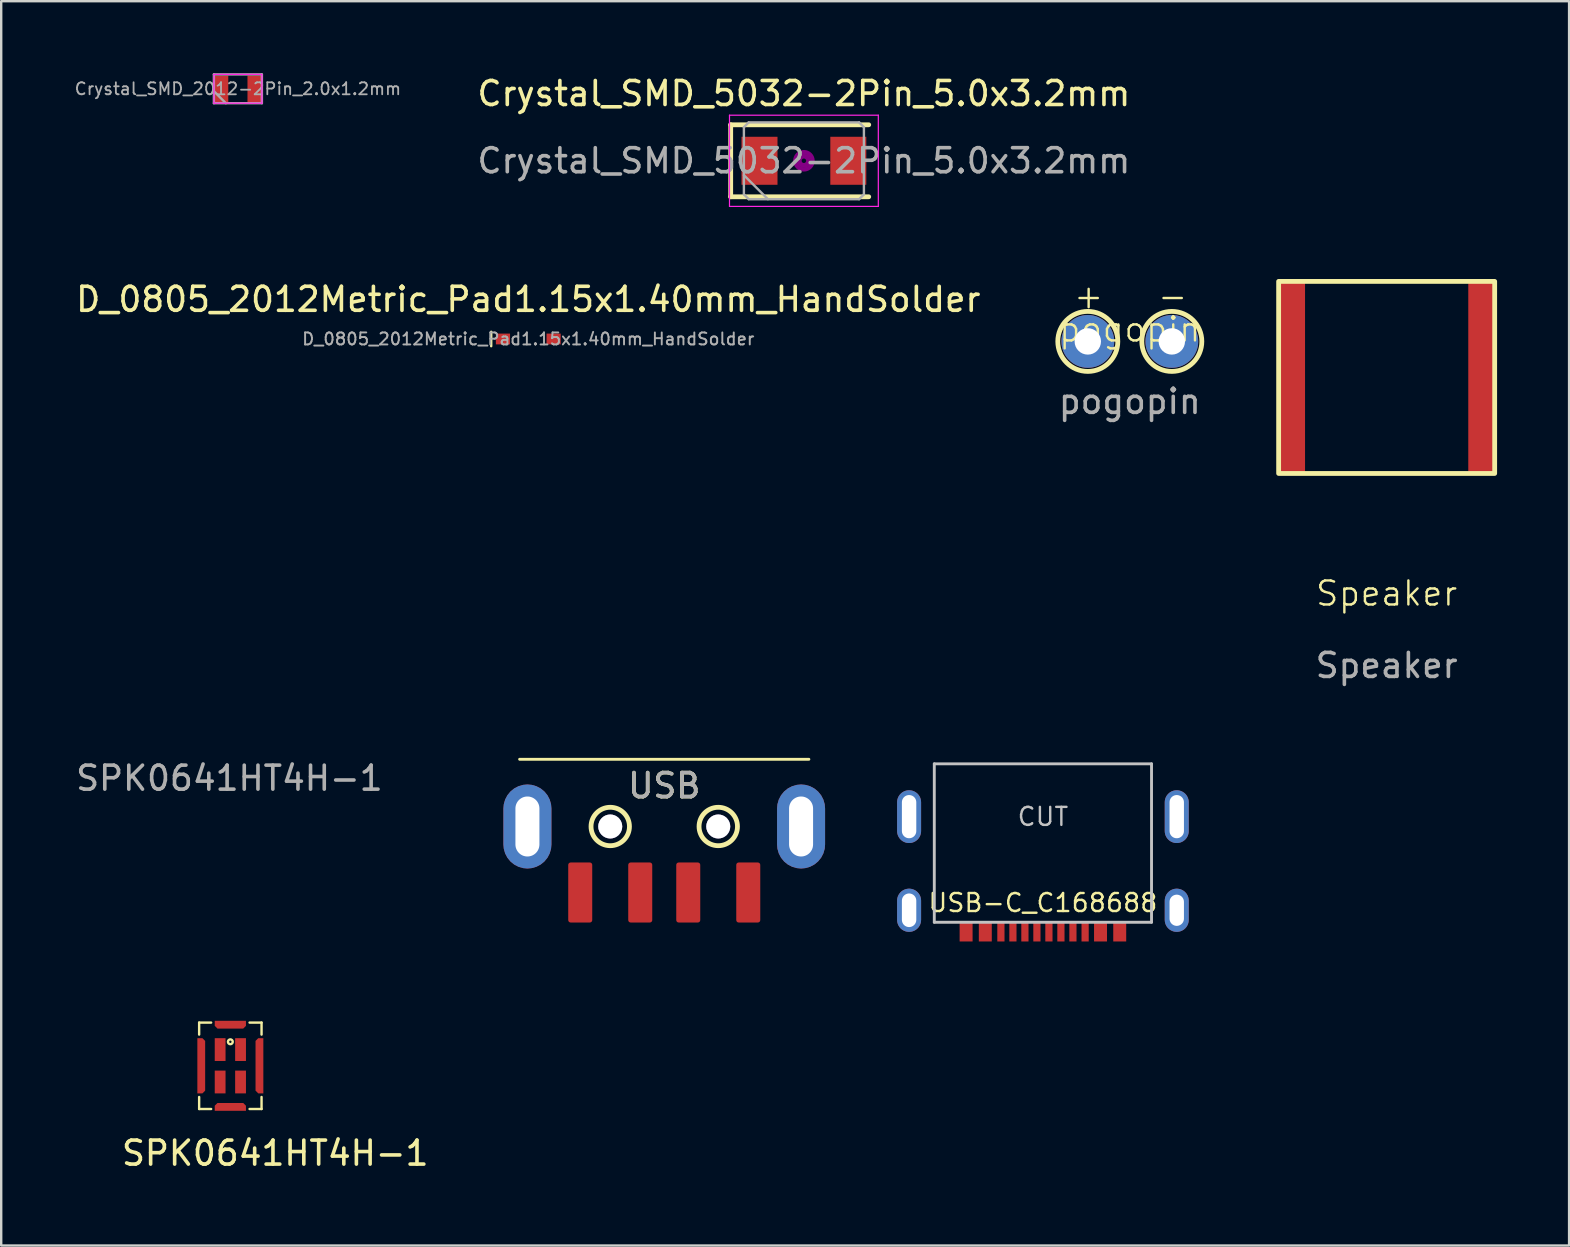
<source format=kicad_pcb>
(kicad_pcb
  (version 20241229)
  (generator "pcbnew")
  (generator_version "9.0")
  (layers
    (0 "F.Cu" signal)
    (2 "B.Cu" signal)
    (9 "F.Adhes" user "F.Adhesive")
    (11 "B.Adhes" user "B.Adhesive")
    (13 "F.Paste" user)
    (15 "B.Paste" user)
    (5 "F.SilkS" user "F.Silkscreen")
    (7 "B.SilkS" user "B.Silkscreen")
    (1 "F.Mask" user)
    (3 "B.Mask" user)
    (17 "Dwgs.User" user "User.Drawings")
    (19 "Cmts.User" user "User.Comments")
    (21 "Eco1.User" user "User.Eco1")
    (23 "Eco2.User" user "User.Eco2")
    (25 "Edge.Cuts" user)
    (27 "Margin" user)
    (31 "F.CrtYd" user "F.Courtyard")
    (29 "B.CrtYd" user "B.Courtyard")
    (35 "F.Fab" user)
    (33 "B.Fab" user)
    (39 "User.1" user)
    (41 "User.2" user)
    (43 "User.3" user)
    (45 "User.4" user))
  (footprint "USB-C_C168688"
    (layer "F.Cu")
    (at 40.397 28.771)
    (property "Reference" "USB-C_C168688" (at 0 5.789 0) (layer "F.SilkS") (effects (font (size 0.75 0.75) (thickness 0.1))))
    (attr smd)
    (fp_line (start -4.525 0) (end -4.525 6.6) (stroke (width 0.12) (type solid)) (layer "Dwgs.User"))
    (fp_line (start -4.525 0) (end 4.525 0) (stroke (width 0.12) (type solid)) (layer "Dwgs.User"))
    (fp_line (start -4.525 6.6) (end 4.525 6.6) (stroke (width 0.12) (type solid)) (layer "Dwgs.User"))
    (fp_line (start 4.525 0) (end 4.525 6.6) (stroke (width 0.12) (type solid)) (layer "Dwgs.User"))
    (fp_text user "CUT" (at 0 2.2 0) (layer "Dwgs.User") (effects (font (size 0.75 0.75) (thickness 0.1))))
    (pad "A1" smd rect (at -3.2 7) (size 0.54 0.8) (layers "F.Cu" "F.Mask" "F.Paste"))
    (pad "A1" smd rect (at 3.2 7) (size 0.54 0.8) (layers "F.Cu" "F.Mask" "F.Paste"))
    (pad "A4" smd rect (at -2.4 7) (size 0.54 0.8) (layers "F.Cu" "F.Mask" "F.Paste"))
    (pad "A4" smd rect (at 2.4 7) (size 0.54 0.8) (layers "F.Cu" "F.Mask" "F.Paste"))
    (pad "A5" smd rect (at 1.25 7) (size 0.3 0.8) (layers "F.Cu" "F.Mask" "F.Paste"))
    (pad "A6" smd rect (at 0.25 7) (size 0.3 0.8) (layers "F.Cu" "F.Mask" "F.Paste"))
    (pad "A7" smd rect (at -0.25 7) (size 0.3 0.8) (layers "F.Cu" "F.Mask" "F.Paste"))
    (pad "A8" smd rect (at -1.25 7) (size 0.3 0.8) (layers "F.Cu" "F.Mask" "F.Paste"))
    (pad "B5" smd rect (at -1.75 7) (size 0.3 0.8) (layers "F.Cu" "F.Mask" "F.Paste"))
    (pad "B6" smd rect (at -0.75 7) (size 0.3 0.8) (layers "F.Cu" "F.Mask" "F.Paste"))
    (pad "B7" smd rect (at 0.75 7) (size 0.3 0.8) (layers "F.Cu" "F.Mask" "F.Paste"))
    (pad "B8" smd rect (at 1.758 7) (size 0.3 0.8) (layers "F.Cu" "F.Mask" "F.Paste"))
    (pad "S1" thru_hole oval (at -5.575 2.2) (size 1 2.2) (drill oval 0.6 1.8) (layers "*.Cu" "*.Mask"))
    (pad "S2" thru_hole oval (at 5.575 2.2) (size 1 2.2) (drill oval 0.6 1.8) (layers "*.Cu" "*.Mask"))
    (pad "S3" thru_hole oval (at -5.575 6.1) (size 1 1.8) (drill oval 0.6 1.4) (layers "*.Cu" "*.Mask"))
    (pad "S4" thru_hole oval (at 5.575 6.1) (size 1 1.8) (drill oval 0.6 1.3) (layers "*.Cu" "*.Mask")))
  (footprint "SPK0641HT4H-1"
    (layer "F.Cu")
    (at 6.546 41.35)
    (property "Reference" "SPK0641HT4H-1" (at 1.87 3.64 0) (unlocked yes) (layer "F.SilkS") (effects (font (size 1 1) (thickness 0.15))))
    (attr smd)
    (fp_line (start -1.3 -1.8) (end -1.3 -1.3) (stroke (width 0.1) (type default)) (layer "F.SilkS"))
    (fp_line (start -1.3 1.8) (end -1.3 1.3) (stroke (width 0.1) (type default)) (layer "F.SilkS"))
    (fp_line (start -0.8 -1.8) (end -1.3 -1.8) (stroke (width 0.1) (type default)) (layer "F.SilkS"))
    (fp_line (start -0.8 1.8) (end -1.3 1.8) (stroke (width 0.1) (type default)) (layer "F.SilkS"))
    (fp_line (start 0.8 -1.8) (end 1.3 -1.8) (stroke (width 0.1) (type default)) (layer "F.SilkS"))
    (fp_line (start 0.8 1.8) (end 1.3 1.8) (stroke (width 0.1) (type default)) (layer "F.SilkS"))
    (fp_line (start 1.3 -1.8) (end 1.3 -1.3) (stroke (width 0.1) (type default)) (layer "F.SilkS"))
    (fp_line (start 1.3 1.8) (end 1.3 1.3) (stroke (width 0.1) (type default)) (layer "F.SilkS"))
    (fp_circle (center 0 -1) (end 0.1 -1) (stroke (width 0.1) (type default)) (fill no) (layer "F.SilkS"))
    (fp_text user "${REFERENCE}" (at -0.04 -11.98 0) (unlocked yes) (layer "F.Fab") (effects (font (size 1 1) (thickness 0.15))))
    (pad "1" smd rect (at -0.425 0.675 180) (size 0.45 0.95) (layers "F.Cu" "F.Mask" "F.Paste"))
    (pad "2" smd rect (at -0.425 -0.675 180) (size 0.45 0.95) (layers "F.Cu" "F.Mask" "F.Paste"))
    (pad "3" smd rect (at 0.425 -0.675 180) (size 0.45 0.95) (layers "F.Cu" "F.Mask" "F.Paste"))
    (pad "4" smd rect (at 0.425 0.675 180) (size 0.45 0.95) (layers "F.Cu" "F.Mask" "F.Paste"))
    (pad "5" smd roundrect (at 0 1.712 270) (size 0.325 1.3) (layers "F.Cu" "F.Mask" "F.Paste") (roundrect_rratio 0) (chamfer_ratio 0.35) (chamfer top_left bottom_left))
    (pad "6" smd roundrect (at -1.212 0 180) (size 0.325 2.3) (layers "F.Cu" "F.Mask" "F.Paste") (roundrect_rratio 0) (chamfer_ratio 0.35) (chamfer top_left bottom_left))
    (pad "7" smd roundrect (at 0 -1.712 90) (size 0.325 1.3) (layers "F.Cu" "F.Mask" "F.Paste") (roundrect_rratio 0) (chamfer_ratio 0.35) (chamfer top_left bottom_left))
    (pad "8" smd roundrect (at 1.212 0) (size 0.325 2.3) (layers "F.Cu" "F.Mask" "F.Paste") (roundrect_rratio 0) (chamfer_ratio 0.35) (chamfer top_left bottom_left)))
  (footprint "USB"
    (layer "F.Cu")
    (at 24.622 31.381)
    (property "Reference" "USB" (at 0 -1.7 0) (unlocked yes) (layer "F.SilkS") (effects (font (size 1 1) (thickness 0.15))))
    (attr smd)
    (fp_line (start -6.025 -2.8) (end 6.025 -2.8) (stroke (width 0.12) (type solid)) (layer "F.SilkS"))
    (fp_circle (center -2.25 0) (end -1.45 0) (stroke (width 0.2) (type solid)) (fill no) (layer "F.SilkS"))
    (fp_circle (center 2.25 0) (end 3.05 0) (stroke (width 0.2) (type solid)) (fill no) (layer "F.SilkS"))
    (fp_text user "${REFERENCE}" (at 0 -1.7 0) (unlocked yes) (layer "F.Fab") (effects (font (size 1 1) (thickness 0.15))))
    (pad "" np_thru_hole roundrect (at -2.25 0 270) (size 1 1) (drill oval 1) (layers "*.Cu" "*.Mask") (roundrect_rratio 0.5))
    (pad "" np_thru_hole roundrect (at 2.25 0 270) (size 1 1) (drill oval 1) (layers "*.Cu" "*.Mask") (roundrect_rratio 0.5))
    (pad "1" smd roundrect (at 3.5 2.75 270) (size 2.5 1) (layers "F.Cu" "F.Mask" "F.Paste") (roundrect_rratio 0.1))
    (pad "2" smd roundrect (at 1 2.75 270) (size 2.5 1) (layers "F.Cu" "F.Mask" "F.Paste") (roundrect_rratio 0.1))
    (pad "3" smd roundrect (at -1 2.75 270) (size 2.5 1) (layers "F.Cu" "F.Mask" "F.Paste") (roundrect_rratio 0.1))
    (pad "4" smd roundrect (at -3.5 2.75 270) (size 2.5 1) (layers "F.Cu" "F.Mask" "F.Paste") (roundrect_rratio 0.1))
    (pad "5" thru_hole roundrect (at -5.7 0 270) (size 3.5 2) (drill oval 2.5 1) (layers "*.Cu" "*.Mask") (roundrect_rratio 0.5))
    (pad "5" thru_hole roundrect (at 5.7 0 270) (size 3.5 2) (drill oval 2.5 1) (layers "*.Cu" "*.Mask") (roundrect_rratio 0.5)))
  (footprint "Speaker"
    (layer "F.Cu")
    (at 54.717 12.673)
    (property "Reference" "Speaker" (at 0 9 0) (unlocked yes) (layer "F.SilkS") (effects (font (size 1 1) (thickness 0.1))))
    (attr smd)
    (fp_rect (start -4.5 -4) (end 4.5 4) (stroke (width 0.2) (type default)) (fill no) (layer "F.SilkS"))
    (fp_text user "${REFERENCE}" (at 0 12 0) (unlocked yes) (layer "F.Fab") (effects (font (size 1 1) (thickness 0.15))))
    (pad "1" smd roundrect (at 3.95 0) (size 1.1 8) (layers "F.Cu" "F.Mask" "F.Paste") (roundrect_rratio 0.1))
    (pad "2" smd roundrect (at -3.95 0) (size 1.1 8) (layers "F.Cu" "F.Mask" "F.Paste") (roundrect_rratio 0.1)))
  (footprint "Crystal_SMD_2012-2Pin_2.0x1.2mm"
    (layer "F.Cu")
    (at 6.86 0.65)
    (property "Reference" "Crystal_SMD_2012-2Pin_2.0x1.2mm" (at 0 0 180) (layer "Eco2.User") (effects (font (size 0.3 0.3) (thickness 0.05))))
    (attr smd)
    (fp_line (start -1 -0.6) (end -1 0.6) (stroke (width 0.05) (type solid)) (layer "F.CrtYd"))
    (fp_line (start 1 -0.6) (end -1 -0.6) (stroke (width 0.05) (type solid)) (layer "F.CrtYd"))
    (fp_line (start 1 -0.6) (end 1 0.6) (stroke (width 0.05) (type solid)) (layer "F.CrtYd"))
    (fp_line (start 1 0.6) (end -1 0.6) (stroke (width 0.05) (type solid)) (layer "F.CrtYd"))
    (fp_line (start -1 -0.6) (end -1 0.6) (stroke (width 0.1) (type solid)) (layer "F.Fab"))
    (fp_line (start -1 0.1) (end -0.5 0.6) (stroke (width 0.1) (type solid)) (layer "F.Fab"))
    (fp_line (start -1 0.6) (end 1 0.6) (stroke (width 0.1) (type solid)) (layer "F.Fab"))
    (fp_line (start 1 -0.6) (end -1 -0.6) (stroke (width 0.1) (type solid)) (layer "F.Fab"))
    (fp_line (start 1 0.6) (end 1 -0.6) (stroke (width 0.1) (type solid)) (layer "F.Fab"))
    (fp_text user "${REFERENCE}" (at 0 0 180) (layer "F.Fab") (effects (font (size 0.5 0.5) (thickness 0.075))))
    (pad "1" smd rect (at -0.7 0) (size 0.6 1.1) (layers "F.Cu" "F.Mask" "F.Paste"))
    (pad "2" smd rect (at 0.7 0) (size 0.6 1.1) (layers "F.Cu" "F.Mask" "F.Paste")))
  (footprint "D_0805_2012Metric_Pad1.15x1.40mm_HandSolder"
    (layer "F.Cu")
    (at 18.958 11.072)
    (property "Reference" "D_0805_2012Metric_Pad1.15x1.40mm_HandSolder" (at 0 -1.65 0) (layer "F.SilkS") (effects (font (size 1 1) (thickness 0.15))))
    (attr smd)
    (fp_line (start -1.545 -0.3) (end -1.545 0.3) (stroke (width 0.1) (type default)) (layer "F.SilkS"))
    (fp_text user "${REFERENCE}" (at 0 0 0) (layer "F.Fab") (effects (font (size 0.5 0.5) (thickness 0.08))))
    (pad "1" smd rect (at -1.055 0) (size 0.59 0.45) (layers "F.Cu" "F.Mask" "F.Paste"))
    (pad "2" smd rect (at 1.055 0) (size 0.59 0.45) (layers "F.Cu" "F.Mask" "F.Paste")))
  (footprint "pogopin"
    (layer "F.Cu")
    (at 44.017 11.173)
    (property "Reference" "pogopin" (at 0 -0.5 0) (unlocked yes) (layer "F.SilkS") (effects (font (size 1 1) (thickness 0.1))))
    (attr smd)
    (fp_circle (center -1.75 0) (end -0.5 0) (stroke (width 0.2) (type default)) (fill no) (layer "F.SilkS"))
    (fp_circle (center 1.75 0) (end 3 0) (stroke (width 0.2) (type default)) (fill no) (layer "F.SilkS"))
    (fp_text user "-" (at 1.1 -1.3 0) (unlocked yes) (layer "F.SilkS") (effects (font (size 1 1) (thickness 0.1)) (justify left bottom)))
    (fp_text user "+" (at -2.4 -1.3 0) (unlocked yes) (layer "F.SilkS") (effects (font (size 1 1) (thickness 0.1)) (justify left bottom)))
    (fp_text user "${REFERENCE}" (at 0 2.5 0) (unlocked yes) (layer "F.Fab") (effects (font (size 1 1) (thickness 0.15))))
    (pad "1" thru_hole circle (at -1.75 0) (size 2.2 2.2) (drill 1.1) (layers "*.Cu" "*.Mask"))
    (pad "2" thru_hole circle (at 1.75 0) (size 2.2 2.2) (drill 1.1) (layers "*.Cu" "*.Mask")))
  (footprint "Crystal_SMD_5032-2Pin_5.0x3.2mm"
    (layer "F.Cu")
    (at 30.44 3.648)
    (property "Reference" "Crystal_SMD_5032-2Pin_5.0x3.2mm" (at 0 -2.8 0) (layer "F.SilkS") (effects (font (size 1 1) (thickness 0.15))))
    (attr smd)
    (fp_line (start -3.05 -1.5) (end -3.05 1.5) (stroke (width 0.2) (type solid)) (layer "F.SilkS"))
    (fp_line (start -3.05 1.5) (end 2.7 1.5) (stroke (width 0.2) (type solid)) (layer "F.SilkS"))
    (fp_line (start 2.7 -1.5) (end -3.05 -1.5) (stroke (width 0.2) (type solid)) (layer "F.SilkS"))
    (fp_circle (center 0 0) (end 0.093 0) (stroke (width 0.187) (type solid)) (fill no) (layer "F.Adhes"))
    (fp_circle (center 0 0) (end 0.213 0) (stroke (width 0.133) (type solid)) (fill no) (layer "F.Adhes"))
    (fp_circle (center 0 0) (end 0.333 0) (stroke (width 0.133) (type solid)) (fill no) (layer "F.Adhes"))
    (fp_circle (center 0 0) (end 0.4 0) (stroke (width 0.1) (type solid)) (fill no) (layer "F.Adhes"))
    (fp_line (start -3.1 -1.9) (end -3.1 1.9) (stroke (width 0.05) (type solid)) (layer "F.CrtYd"))
    (fp_line (start -3.1 1.9) (end 3.1 1.9) (stroke (width 0.05) (type solid)) (layer "F.CrtYd"))
    (fp_line (start 3.1 -1.9) (end -3.1 -1.9) (stroke (width 0.05) (type solid)) (layer "F.CrtYd"))
    (fp_line (start 3.1 1.9) (end 3.1 -1.9) (stroke (width 0.05) (type solid)) (layer "F.CrtYd"))
    (fp_line (start -2.5 -1.4) (end -2.3 -1.6) (stroke (width 0.1) (type solid)) (layer "F.Fab"))
    (fp_line (start -2.5 0.6) (end -1.5 1.6) (stroke (width 0.1) (type solid)) (layer "F.Fab"))
    (fp_line (start -2.5 1.4) (end -2.5 -1.4) (stroke (width 0.1) (type solid)) (layer "F.Fab"))
    (fp_line (start -2.3 -1.6) (end 2.3 -1.6) (stroke (width 0.1) (type solid)) (layer "F.Fab"))
    (fp_line (start -2.3 1.6) (end -2.5 1.4) (stroke (width 0.1) (type solid)) (layer "F.Fab"))
    (fp_line (start 2.3 -1.6) (end 2.5 -1.4) (stroke (width 0.1) (type solid)) (layer "F.Fab"))
    (fp_line (start 2.3 1.6) (end -2.3 1.6) (stroke (width 0.1) (type solid)) (layer "F.Fab"))
    (fp_line (start 2.5 -1.4) (end 2.5 1.4) (stroke (width 0.1) (type solid)) (layer "F.Fab"))
    (fp_line (start 2.5 1.4) (end 2.3 1.6) (stroke (width 0.1) (type solid)) (layer "F.Fab"))
    (fp_text user "${REFERENCE}" (at 0 0 0) (layer "F.Fab") (effects (font (size 1 1) (thickness 0.15))))
    (pad "1" smd rect (at -1.85 0) (size 1.5 2) (layers "F.Cu" "F.Mask" "F.Paste"))
    (pad "2" smd rect (at 1.85 0) (size 1.5 2) (layers "F.Cu" "F.Mask" "F.Paste")))
  (gr_rect
    (start -3 -3)
    (end 62.317 48.838)
    (stroke (width 0.1) (type default))
    (fill no)
    (layer "Edge.Cuts")))
</source>
